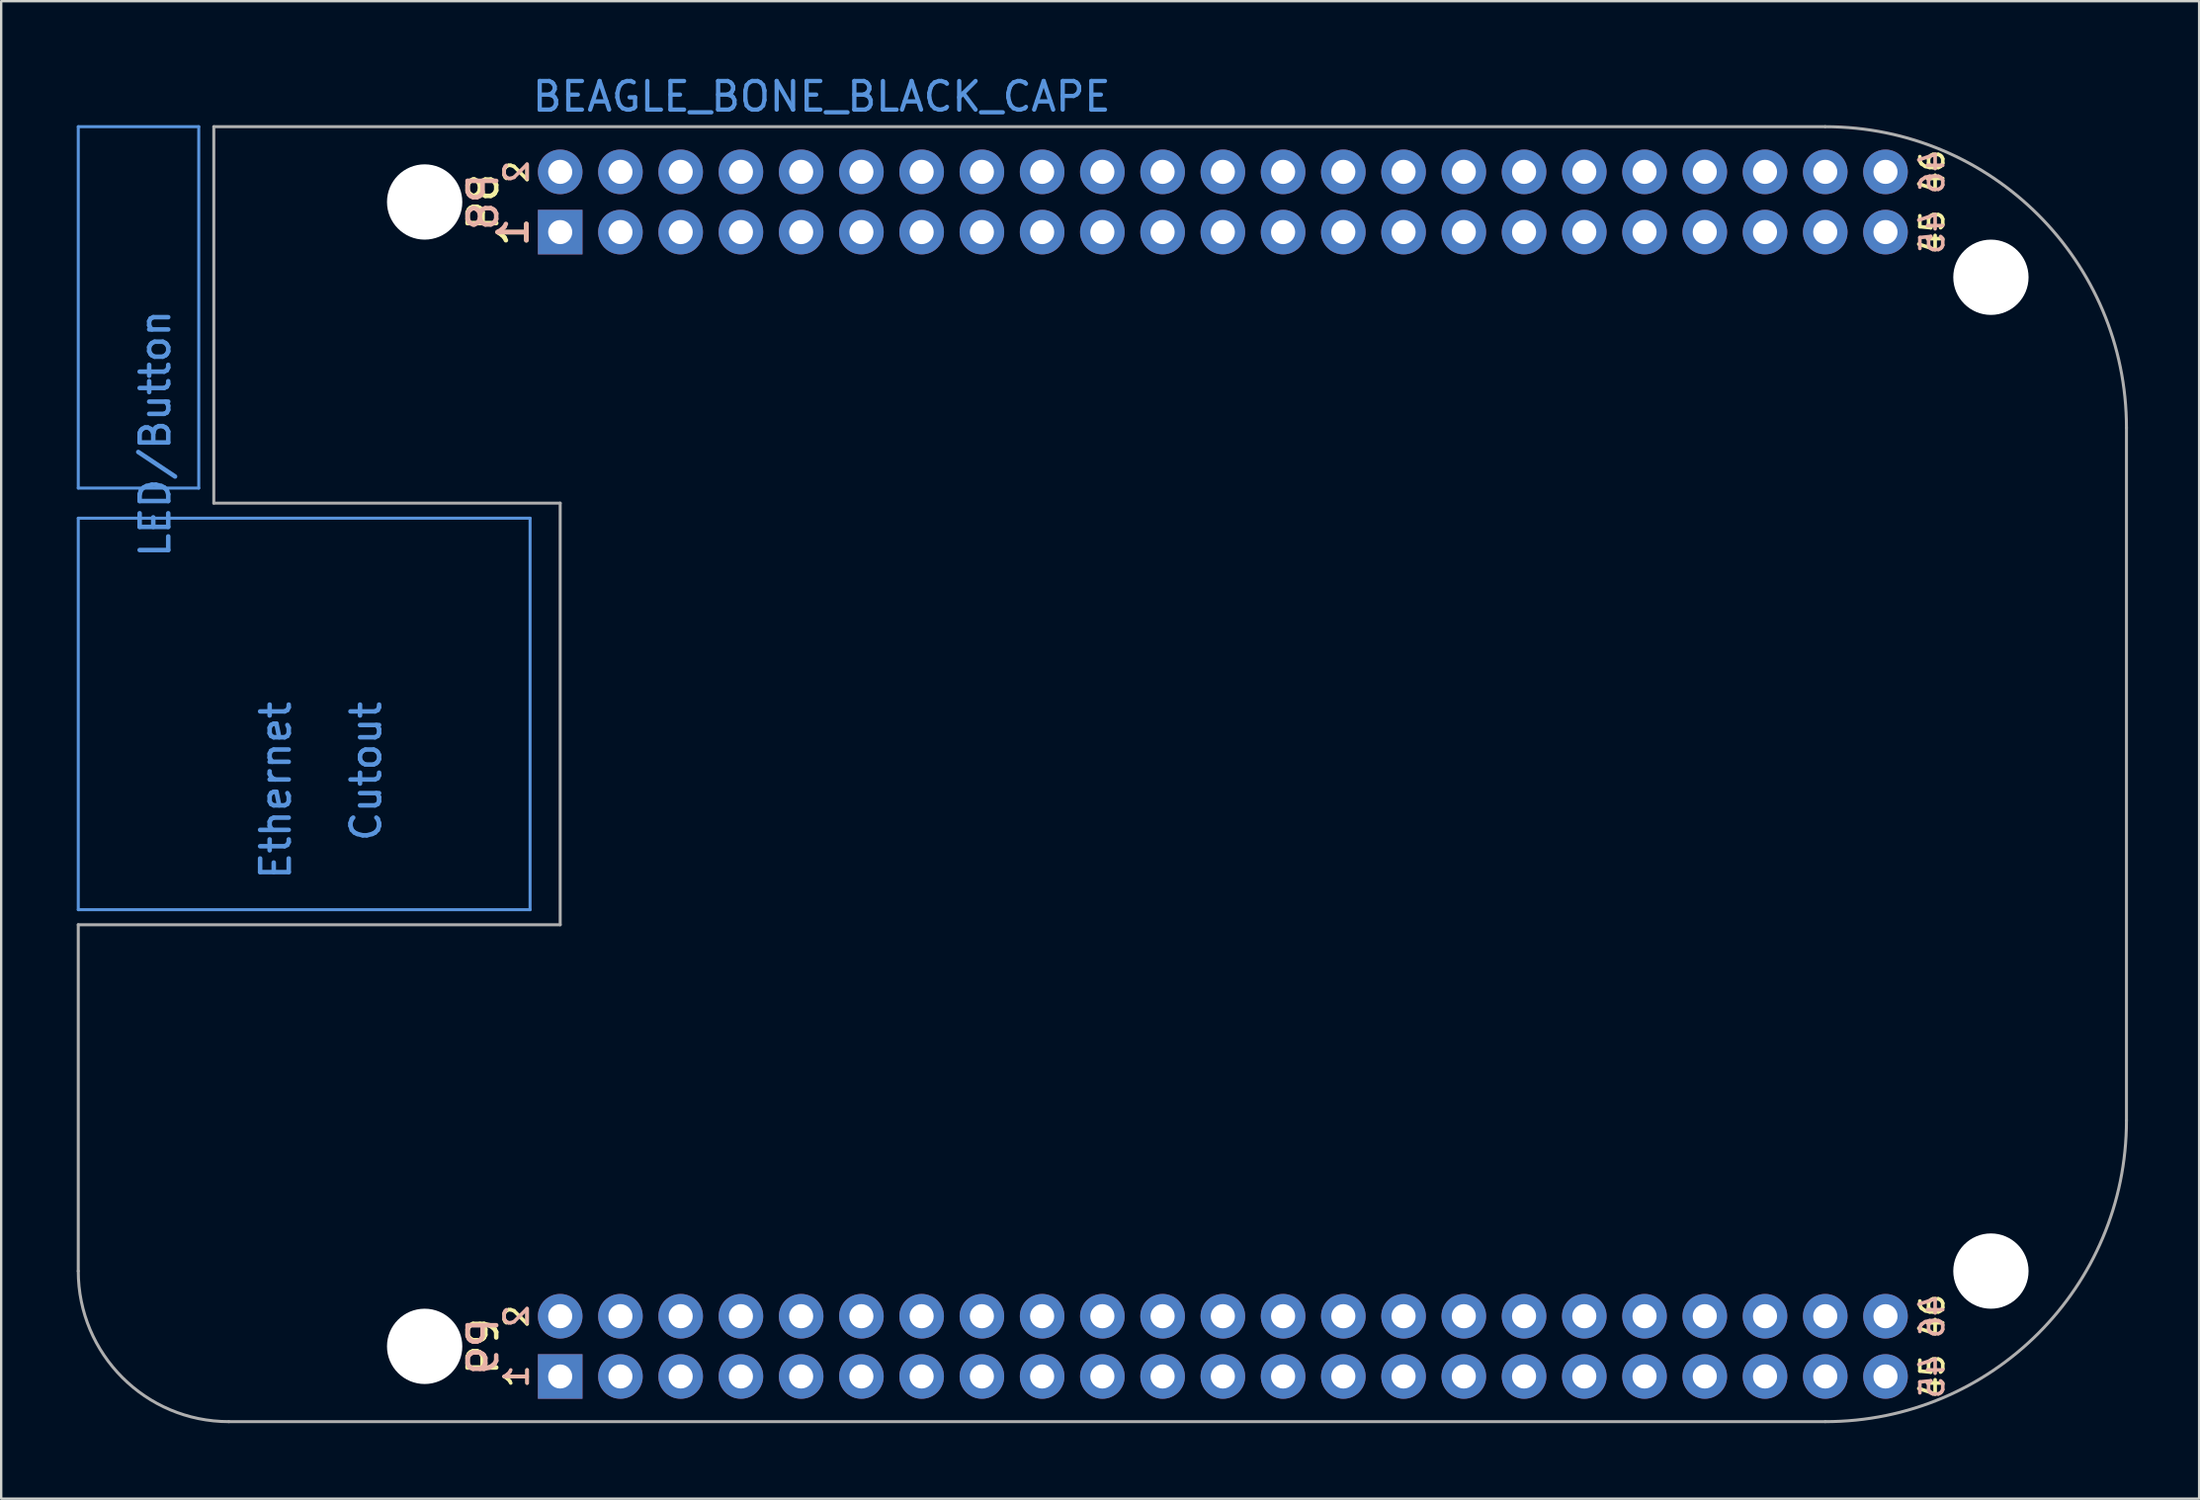
<source format=kicad_pcb>
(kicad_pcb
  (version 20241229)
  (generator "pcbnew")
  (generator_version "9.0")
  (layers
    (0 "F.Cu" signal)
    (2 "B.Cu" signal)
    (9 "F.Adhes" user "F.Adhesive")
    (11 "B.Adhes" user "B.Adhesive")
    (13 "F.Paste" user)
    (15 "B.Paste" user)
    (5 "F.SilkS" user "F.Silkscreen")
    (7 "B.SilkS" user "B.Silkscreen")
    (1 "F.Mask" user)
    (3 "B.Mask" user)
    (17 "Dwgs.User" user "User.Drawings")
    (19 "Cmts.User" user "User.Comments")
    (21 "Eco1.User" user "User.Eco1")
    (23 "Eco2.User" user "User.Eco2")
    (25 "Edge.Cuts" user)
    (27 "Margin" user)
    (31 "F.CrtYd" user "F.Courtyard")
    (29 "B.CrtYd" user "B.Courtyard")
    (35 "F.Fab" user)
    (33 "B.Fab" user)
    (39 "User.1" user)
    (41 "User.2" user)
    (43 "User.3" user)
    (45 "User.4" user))
  (footprint "BEAGLE_BONE_BLACK_CAPE"
    (layer "F.Cu")
    (at 0.25 56.903)
    (property "Reference" "BEAGLE_BONE_BLACK_CAPE" (at 19.05 -55.88 0) (layer "Cmts.User") (effects (font (size 1.206 1.206) (thickness 0.181)) (justify left)))
    (attr through_hole)
    (fp_line (start 0 -54.61) (end 0 -39.37) (stroke (width 0.127) (type solid)) (layer "Cmts.User"))
    (fp_line (start 0 -39.37) (end 5.08 -39.37) (stroke (width 0.127) (type solid)) (layer "Cmts.User"))
    (fp_line (start 0 -38.1) (end 0 -21.59) (stroke (width 0.127) (type solid)) (layer "Cmts.User"))
    (fp_line (start 0 -21.59) (end 19.05 -21.59) (stroke (width 0.127) (type solid)) (layer "Cmts.User"))
    (fp_line (start 5.08 -54.61) (end 0 -54.61) (stroke (width 0.127) (type solid)) (layer "Cmts.User"))
    (fp_line (start 5.08 -39.37) (end 5.08 -54.61) (stroke (width 0.127) (type solid)) (layer "Cmts.User"))
    (fp_line (start 19.05 -38.1) (end 0 -38.1) (stroke (width 0.127) (type solid)) (layer "Cmts.User"))
    (fp_line (start 19.05 -21.59) (end 19.05 -38.1) (stroke (width 0.127) (type solid)) (layer "Cmts.User"))
    (fp_line (start 0 -20.955) (end 0 -6.35) (stroke (width 0.127) (type solid)) (layer "F.Fab"))
    (fp_line (start 0 -20.955) (end 20.32 -20.955) (stroke (width 0.127) (type solid)) (layer "F.Fab"))
    (fp_line (start 5.715 -38.735) (end 5.715 -54.61) (stroke (width 0.127) (type solid)) (layer "F.Fab"))
    (fp_line (start 5.715 -38.735) (end 20.32 -38.735) (stroke (width 0.127) (type solid)) (layer "F.Fab"))
    (fp_line (start 6.35 0) (end 73.66 0) (stroke (width 0.127) (type solid)) (layer "F.Fab"))
    (fp_line (start 20.32 -20.955) (end 20.32 -38.735) (stroke (width 0.127) (type solid)) (layer "F.Fab"))
    (fp_line (start 73.66 -54.61) (end 5.715 -54.61) (stroke (width 0.127) (type solid)) (layer "F.Fab"))
    (fp_line (start 86.36 -12.7) (end 86.36 -41.91) (stroke (width 0.127) (type solid)) (layer "F.Fab"))
    (fp_arc (start 6.35 0) (mid 1.859872 -1.859872) (end 0 -6.35) (stroke (width 0.127) (type solid)) (layer "F.Fab"))
    (fp_arc (start 73.66 -54.61) (mid 82.640256 -50.890256) (end 86.36 -41.91) (stroke (width 0.127) (type solid)) (layer "F.Fab"))
    (fp_arc (start 86.36 -12.7) (mid 82.640256 -3.719744) (end 73.66 0) (stroke (width 0.127) (type solid)) (layer "F.Fab"))
    (fp_text user "46" (at 78.74 -4.445 90) (layer "F.SilkS") (effects (font (size 0.965 0.965) (thickness 0.152)) (justify bottom)))
    (fp_text user "1" (at 19.05 -50.165 90) (layer "F.SilkS") (effects (font (size 1.206 1.206) (thickness 0.191)) (justify bottom)))
    (fp_text user "46" (at 78.74 -52.705 90) (layer "F.SilkS") (effects (font (size 0.965 0.965) (thickness 0.152)) (justify bottom)))
    (fp_text user "2" (at 19.05 -4.445 90) (layer "F.SilkS") (effects (font (size 0.965 0.965) (thickness 0.152)) (justify bottom)))
    (fp_text user "1" (at 19.05 -1.905 90) (layer "F.SilkS") (effects (font (size 0.965 0.965) (thickness 0.152)) (justify bottom)))
    (fp_text user "2" (at 19.05 -52.705 90) (layer "F.SilkS") (effects (font (size 0.965 0.965) (thickness 0.152)) (justify bottom)))
    (fp_text user "45" (at 78.74 -50.165 90) (layer "F.SilkS") (effects (font (size 0.965 0.965) (thickness 0.152)) (justify bottom)))
    (fp_text user "45" (at 78.74 -1.905 90) (layer "F.SilkS") (effects (font (size 0.965 0.965) (thickness 0.152)) (justify bottom)))
    (fp_text user "P9" (at 17.78 -3.175 90) (layer "F.SilkS") (effects (font (size 1.206 1.206) (thickness 0.191)) (justify bottom)))
    (fp_text user "P8" (at 17.78 -51.435 90) (layer "F.SilkS") (effects (font (size 1.206 1.206) (thickness 0.191)) (justify bottom)))
    (fp_text user "P9" (at 17.78 -3.175 90) (layer "B.SilkS") (effects (font (size 1.206 1.206) (thickness 0.191)) (justify bottom mirror)))
    (fp_text user "1" (at 19.05 -50.165 90) (layer "B.SilkS") (effects (font (size 1.206 1.206) (thickness 0.191)) (justify bottom mirror)))
    (fp_text user "46" (at 78.74 -52.705 90) (layer "B.SilkS") (effects (font (size 0.965 0.965) (thickness 0.152)) (justify bottom mirror)))
    (fp_text user "P8" (at 17.78 -51.435 90) (layer "B.SilkS") (effects (font (size 1.206 1.206) (thickness 0.191)) (justify bottom mirror)))
    (fp_text user "2" (at 19.05 -4.445 90) (layer "B.SilkS") (effects (font (size 0.965 0.965) (thickness 0.152)) (justify bottom mirror)))
    (fp_text user "1" (at 19.05 -1.905 90) (layer "B.SilkS") (effects (font (size 0.965 0.965) (thickness 0.152)) (justify bottom mirror)))
    (fp_text user "45" (at 78.74 -1.905 90) (layer "B.SilkS") (effects (font (size 0.965 0.965) (thickness 0.152)) (justify bottom mirror)))
    (fp_text user "45" (at 78.74 -50.165 90) (layer "B.SilkS") (effects (font (size 0.965 0.965) (thickness 0.152)) (justify bottom mirror)))
    (fp_text user "46" (at 78.74 -4.445 90) (layer "B.SilkS") (effects (font (size 0.965 0.965) (thickness 0.152)) (justify bottom mirror)))
    (fp_text user "2" (at 19.05 -52.705 90) (layer "B.SilkS") (effects (font (size 0.965 0.965) (thickness 0.152)) (justify bottom mirror)))
    (fp_text user "Cutout" (at 11.43 -30.48 90) (layer "Cmts.User") (effects (font (size 1.206 1.206) (thickness 0.191)) (justify right top)))
    (fp_text user "Ethernet" (at 7.62 -30.48 90) (layer "Cmts.User") (effects (font (size 1.206 1.206) (thickness 0.191)) (justify right top)))
    (fp_text user "LED/Button" (at 2.54 -46.99 90) (layer "Cmts.User") (effects (font (size 1.206 1.206) (thickness 0.191)) (justify right top)))
    (pad "" np_thru_hole circle (at 14.605 -51.435) (size 3.175 3.175) (drill 3.175) (layers "*.Cu" "*.Mask"))
    (pad "" np_thru_hole circle (at 14.605 -3.175) (size 3.175 3.175) (drill 3.175) (layers "*.Cu" "*.Mask"))
    (pad "" np_thru_hole circle (at 80.645 -48.26) (size 3.175 3.175) (drill 3.175) (layers "*.Cu" "*.Mask"))
    (pad "" np_thru_hole circle (at 80.645 -6.35) (size 3.175 3.175) (drill 3.175) (layers "*.Cu" "*.Mask"))
    (pad "P8.1" thru_hole rect (at 20.32 -50.165) (size 1.88 1.88) (drill 1.016) (layers "*.Cu" "*.Mask"))
    (pad "P8.2" thru_hole circle (at 20.32 -52.705) (size 1.88 1.88) (drill 1.016) (layers "*.Cu" "*.Mask"))
    (pad "P8.3" thru_hole circle (at 22.86 -50.165) (size 1.88 1.88) (drill 1.016) (layers "*.Cu" "*.Mask"))
    (pad "P8.4" thru_hole circle (at 22.86 -52.705) (size 1.88 1.88) (drill 1.016) (layers "*.Cu" "*.Mask"))
    (pad "P8.5" thru_hole circle (at 25.4 -50.165) (size 1.88 1.88) (drill 1.016) (layers "*.Cu" "*.Mask"))
    (pad "P8.6" thru_hole circle (at 25.4 -52.705) (size 1.88 1.88) (drill 1.016) (layers "*.Cu" "*.Mask"))
    (pad "P8.7" thru_hole circle (at 27.94 -50.165) (size 1.88 1.88) (drill 1.016) (layers "*.Cu" "*.Mask"))
    (pad "P8.8" thru_hole circle (at 27.94 -52.705) (size 1.88 1.88) (drill 1.016) (layers "*.Cu" "*.Mask"))
    (pad "P8.9" thru_hole circle (at 30.48 -50.165) (size 1.88 1.88) (drill 1.016) (layers "*.Cu" "*.Mask"))
    (pad "P8.10" thru_hole circle (at 30.48 -52.705) (size 1.88 1.88) (drill 1.016) (layers "*.Cu" "*.Mask"))
    (pad "P8.11" thru_hole circle (at 33.02 -50.165) (size 1.88 1.88) (drill 1.016) (layers "*.Cu" "*.Mask"))
    (pad "P8.12" thru_hole circle (at 33.02 -52.705) (size 1.88 1.88) (drill 1.016) (layers "*.Cu" "*.Mask"))
    (pad "P8.13" thru_hole circle (at 35.56 -50.165) (size 1.88 1.88) (drill 1.016) (layers "*.Cu" "*.Mask"))
    (pad "P8.14" thru_hole circle (at 35.56 -52.705) (size 1.88 1.88) (drill 1.016) (layers "*.Cu" "*.Mask"))
    (pad "P8.15" thru_hole circle (at 38.1 -50.165) (size 1.88 1.88) (drill 1.016) (layers "*.Cu" "*.Mask"))
    (pad "P8.16" thru_hole circle (at 38.1 -52.705) (size 1.88 1.88) (drill 1.016) (layers "*.Cu" "*.Mask"))
    (pad "P8.17" thru_hole circle (at 40.64 -50.165) (size 1.88 1.88) (drill 1.016) (layers "*.Cu" "*.Mask"))
    (pad "P8.18" thru_hole circle (at 40.64 -52.705) (size 1.88 1.88) (drill 1.016) (layers "*.Cu" "*.Mask"))
    (pad "P8.19" thru_hole circle (at 43.18 -50.165) (size 1.88 1.88) (drill 1.016) (layers "*.Cu" "*.Mask"))
    (pad "P8.20" thru_hole circle (at 43.18 -52.705) (size 1.88 1.88) (drill 1.016) (layers "*.Cu" "*.Mask"))
    (pad "P8.21" thru_hole circle (at 45.72 -50.165) (size 1.88 1.88) (drill 1.016) (layers "*.Cu" "*.Mask"))
    (pad "P8.22" thru_hole circle (at 45.72 -52.705) (size 1.88 1.88) (drill 1.016) (layers "*.Cu" "*.Mask"))
    (pad "P8.23" thru_hole circle (at 48.26 -50.165) (size 1.88 1.88) (drill 1.016) (layers "*.Cu" "*.Mask"))
    (pad "P8.24" thru_hole circle (at 48.26 -52.705) (size 1.88 1.88) (drill 1.016) (layers "*.Cu" "*.Mask"))
    (pad "P8.25" thru_hole circle (at 50.8 -50.165) (size 1.88 1.88) (drill 1.016) (layers "*.Cu" "*.Mask"))
    (pad "P8.26" thru_hole circle (at 50.8 -52.705) (size 1.88 1.88) (drill 1.016) (layers "*.Cu" "*.Mask"))
    (pad "P8.27" thru_hole circle (at 53.34 -50.165) (size 1.88 1.88) (drill 1.016) (layers "*.Cu" "*.Mask"))
    (pad "P8.28" thru_hole circle (at 53.34 -52.705) (size 1.88 1.88) (drill 1.016) (layers "*.Cu" "*.Mask"))
    (pad "P8.29" thru_hole circle (at 55.88 -50.165) (size 1.88 1.88) (drill 1.016) (layers "*.Cu" "*.Mask"))
    (pad "P8.30" thru_hole circle (at 55.88 -52.705) (size 1.88 1.88) (drill 1.016) (layers "*.Cu" "*.Mask"))
    (pad "P8.31" thru_hole circle (at 58.42 -50.165) (size 1.88 1.88) (drill 1.016) (layers "*.Cu" "*.Mask"))
    (pad "P8.32" thru_hole circle (at 58.42 -52.705) (size 1.88 1.88) (drill 1.016) (layers "*.Cu" "*.Mask"))
    (pad "P8.33" thru_hole circle (at 60.96 -50.165) (size 1.88 1.88) (drill 1.016) (layers "*.Cu" "*.Mask"))
    (pad "P8.34" thru_hole circle (at 60.96 -52.705) (size 1.88 1.88) (drill 1.016) (layers "*.Cu" "*.Mask"))
    (pad "P8.35" thru_hole circle (at 63.5 -50.165) (size 1.88 1.88) (drill 1.016) (layers "*.Cu" "*.Mask"))
    (pad "P8.36" thru_hole circle (at 63.5 -52.705) (size 1.88 1.88) (drill 1.016) (layers "*.Cu" "*.Mask"))
    (pad "P8.37" thru_hole circle (at 66.04 -50.165) (size 1.88 1.88) (drill 1.016) (layers "*.Cu" "*.Mask"))
    (pad "P8.38" thru_hole circle (at 66.04 -52.705) (size 1.88 1.88) (drill 1.016) (layers "*.Cu" "*.Mask"))
    (pad "P8.39" thru_hole circle (at 68.58 -50.165) (size 1.88 1.88) (drill 1.016) (layers "*.Cu" "*.Mask"))
    (pad "P8.40" thru_hole circle (at 68.58 -52.705) (size 1.88 1.88) (drill 1.016) (layers "*.Cu" "*.Mask"))
    (pad "P8.41" thru_hole circle (at 71.12 -50.165) (size 1.88 1.88) (drill 1.016) (layers "*.Cu" "*.Mask"))
    (pad "P8.42" thru_hole circle (at 71.12 -52.705) (size 1.88 1.88) (drill 1.016) (layers "*.Cu" "*.Mask"))
    (pad "P8.43" thru_hole circle (at 73.66 -50.165) (size 1.88 1.88) (drill 1.016) (layers "*.Cu" "*.Mask"))
    (pad "P8.44" thru_hole circle (at 73.66 -52.705) (size 1.88 1.88) (drill 1.016) (layers "*.Cu" "*.Mask"))
    (pad "P8.45" thru_hole circle (at 76.2 -50.165) (size 1.88 1.88) (drill 1.016) (layers "*.Cu" "*.Mask"))
    (pad "P8.46" thru_hole circle (at 76.2 -52.705) (size 1.88 1.88) (drill 1.016) (layers "*.Cu" "*.Mask"))
    (pad "P9.1" thru_hole rect (at 20.32 -1.905) (size 1.88 1.88) (drill 1.016) (layers "*.Cu" "*.Mask"))
    (pad "P9.2" thru_hole circle (at 20.32 -4.445) (size 1.88 1.88) (drill 1.016) (layers "*.Cu" "*.Mask"))
    (pad "P9.3" thru_hole circle (at 22.86 -1.905) (size 1.88 1.88) (drill 1.016) (layers "*.Cu" "*.Mask"))
    (pad "P9.4" thru_hole circle (at 22.86 -4.445) (size 1.88 1.88) (drill 1.016) (layers "*.Cu" "*.Mask"))
    (pad "P9.5" thru_hole circle (at 25.4 -1.905) (size 1.88 1.88) (drill 1.016) (layers "*.Cu" "*.Mask"))
    (pad "P9.6" thru_hole circle (at 25.4 -4.445) (size 1.88 1.88) (drill 1.016) (layers "*.Cu" "*.Mask"))
    (pad "P9.7" thru_hole circle (at 27.94 -1.905) (size 1.88 1.88) (drill 1.016) (layers "*.Cu" "*.Mask"))
    (pad "P9.8" thru_hole circle (at 27.94 -4.445) (size 1.88 1.88) (drill 1.016) (layers "*.Cu" "*.Mask"))
    (pad "P9.9" thru_hole circle (at 30.48 -1.905) (size 1.88 1.88) (drill 1.016) (layers "*.Cu" "*.Mask"))
    (pad "P9.10" thru_hole circle (at 30.48 -4.445) (size 1.88 1.88) (drill 1.016) (layers "*.Cu" "*.Mask"))
    (pad "P9.11" thru_hole circle (at 33.02 -1.905) (size 1.88 1.88) (drill 1.016) (layers "*.Cu" "*.Mask"))
    (pad "P9.12" thru_hole circle (at 33.02 -4.445) (size 1.88 1.88) (drill 1.016) (layers "*.Cu" "*.Mask"))
    (pad "P9.13" thru_hole circle (at 35.56 -1.905) (size 1.88 1.88) (drill 1.016) (layers "*.Cu" "*.Mask"))
    (pad "P9.14" thru_hole circle (at 35.56 -4.445) (size 1.88 1.88) (drill 1.016) (layers "*.Cu" "*.Mask"))
    (pad "P9.15" thru_hole circle (at 38.1 -1.905) (size 1.88 1.88) (drill 1.016) (layers "*.Cu" "*.Mask"))
    (pad "P9.16" thru_hole circle (at 38.1 -4.445) (size 1.88 1.88) (drill 1.016) (layers "*.Cu" "*.Mask"))
    (pad "P9.17" thru_hole circle (at 40.64 -1.905) (size 1.88 1.88) (drill 1.016) (layers "*.Cu" "*.Mask"))
    (pad "P9.18" thru_hole circle (at 40.64 -4.445) (size 1.88 1.88) (drill 1.016) (layers "*.Cu" "*.Mask"))
    (pad "P9.19" thru_hole circle (at 43.18 -1.905) (size 1.88 1.88) (drill 1.016) (layers "*.Cu" "*.Mask"))
    (pad "P9.20" thru_hole circle (at 43.18 -4.445) (size 1.88 1.88) (drill 1.016) (layers "*.Cu" "*.Mask"))
    (pad "P9.21" thru_hole circle (at 45.72 -1.905) (size 1.88 1.88) (drill 1.016) (layers "*.Cu" "*.Mask"))
    (pad "P9.22" thru_hole circle (at 45.72 -4.445) (size 1.88 1.88) (drill 1.016) (layers "*.Cu" "*.Mask"))
    (pad "P9.23" thru_hole circle (at 48.26 -1.905) (size 1.88 1.88) (drill 1.016) (layers "*.Cu" "*.Mask"))
    (pad "P9.24" thru_hole circle (at 48.26 -4.445) (size 1.88 1.88) (drill 1.016) (layers "*.Cu" "*.Mask"))
    (pad "P9.25" thru_hole circle (at 50.8 -1.905) (size 1.88 1.88) (drill 1.016) (layers "*.Cu" "*.Mask"))
    (pad "P9.26" thru_hole circle (at 50.8 -4.445) (size 1.88 1.88) (drill 1.016) (layers "*.Cu" "*.Mask"))
    (pad "P9.27" thru_hole circle (at 53.34 -1.905) (size 1.88 1.88) (drill 1.016) (layers "*.Cu" "*.Mask"))
    (pad "P9.28" thru_hole circle (at 53.34 -4.445) (size 1.88 1.88) (drill 1.016) (layers "*.Cu" "*.Mask"))
    (pad "P9.29" thru_hole circle (at 55.88 -1.905) (size 1.88 1.88) (drill 1.016) (layers "*.Cu" "*.Mask"))
    (pad "P9.30" thru_hole circle (at 55.88 -4.445) (size 1.88 1.88) (drill 1.016) (layers "*.Cu" "*.Mask"))
    (pad "P9.31" thru_hole circle (at 58.42 -1.905) (size 1.88 1.88) (drill 1.016) (layers "*.Cu" "*.Mask"))
    (pad "P9.32" thru_hole circle (at 58.42 -4.445) (size 1.88 1.88) (drill 1.016) (layers "*.Cu" "*.Mask"))
    (pad "P9.33" thru_hole circle (at 60.96 -1.905) (size 1.88 1.88) (drill 1.016) (layers "*.Cu" "*.Mask"))
    (pad "P9.34" thru_hole circle (at 60.96 -4.445) (size 1.88 1.88) (drill 1.016) (layers "*.Cu" "*.Mask"))
    (pad "P9.35" thru_hole circle (at 63.5 -1.905) (size 1.88 1.88) (drill 1.016) (layers "*.Cu" "*.Mask"))
    (pad "P9.36" thru_hole circle (at 63.5 -4.445) (size 1.88 1.88) (drill 1.016) (layers "*.Cu" "*.Mask"))
    (pad "P9.37" thru_hole circle (at 66.04 -1.905) (size 1.88 1.88) (drill 1.016) (layers "*.Cu" "*.Mask"))
    (pad "P9.38" thru_hole circle (at 66.04 -4.445) (size 1.88 1.88) (drill 1.016) (layers "*.Cu" "*.Mask"))
    (pad "P9.39" thru_hole circle (at 68.58 -1.905) (size 1.88 1.88) (drill 1.016) (layers "*.Cu" "*.Mask"))
    (pad "P9.40" thru_hole circle (at 68.58 -4.445) (size 1.88 1.88) (drill 1.016) (layers "*.Cu" "*.Mask"))
    (pad "P9.41" thru_hole circle (at 71.12 -1.905) (size 1.88 1.88) (drill 1.016) (layers "*.Cu" "*.Mask"))
    (pad "P9.42" thru_hole circle (at 71.12 -4.445) (size 1.88 1.88) (drill 1.016) (layers "*.Cu" "*.Mask"))
    (pad "P9.43" thru_hole circle (at 73.66 -1.905) (size 1.88 1.88) (drill 1.016) (layers "*.Cu" "*.Mask"))
    (pad "P9.44" thru_hole circle (at 73.66 -4.445) (size 1.88 1.88) (drill 1.016) (layers "*.Cu" "*.Mask"))
    (pad "P9.45" thru_hole circle (at 76.2 -1.905) (size 1.88 1.88) (drill 1.016) (layers "*.Cu" "*.Mask"))
    (pad "P9.46" thru_hole circle (at 76.2 -4.445) (size 1.88 1.88) (drill 1.016) (layers "*.Cu" "*.Mask")))
  (gr_rect
    (start -3 -3)
    (end 89.674 60.153)
    (stroke (width 0.1) (type default))
    (fill no)
    (layer "Edge.Cuts")))
</source>
